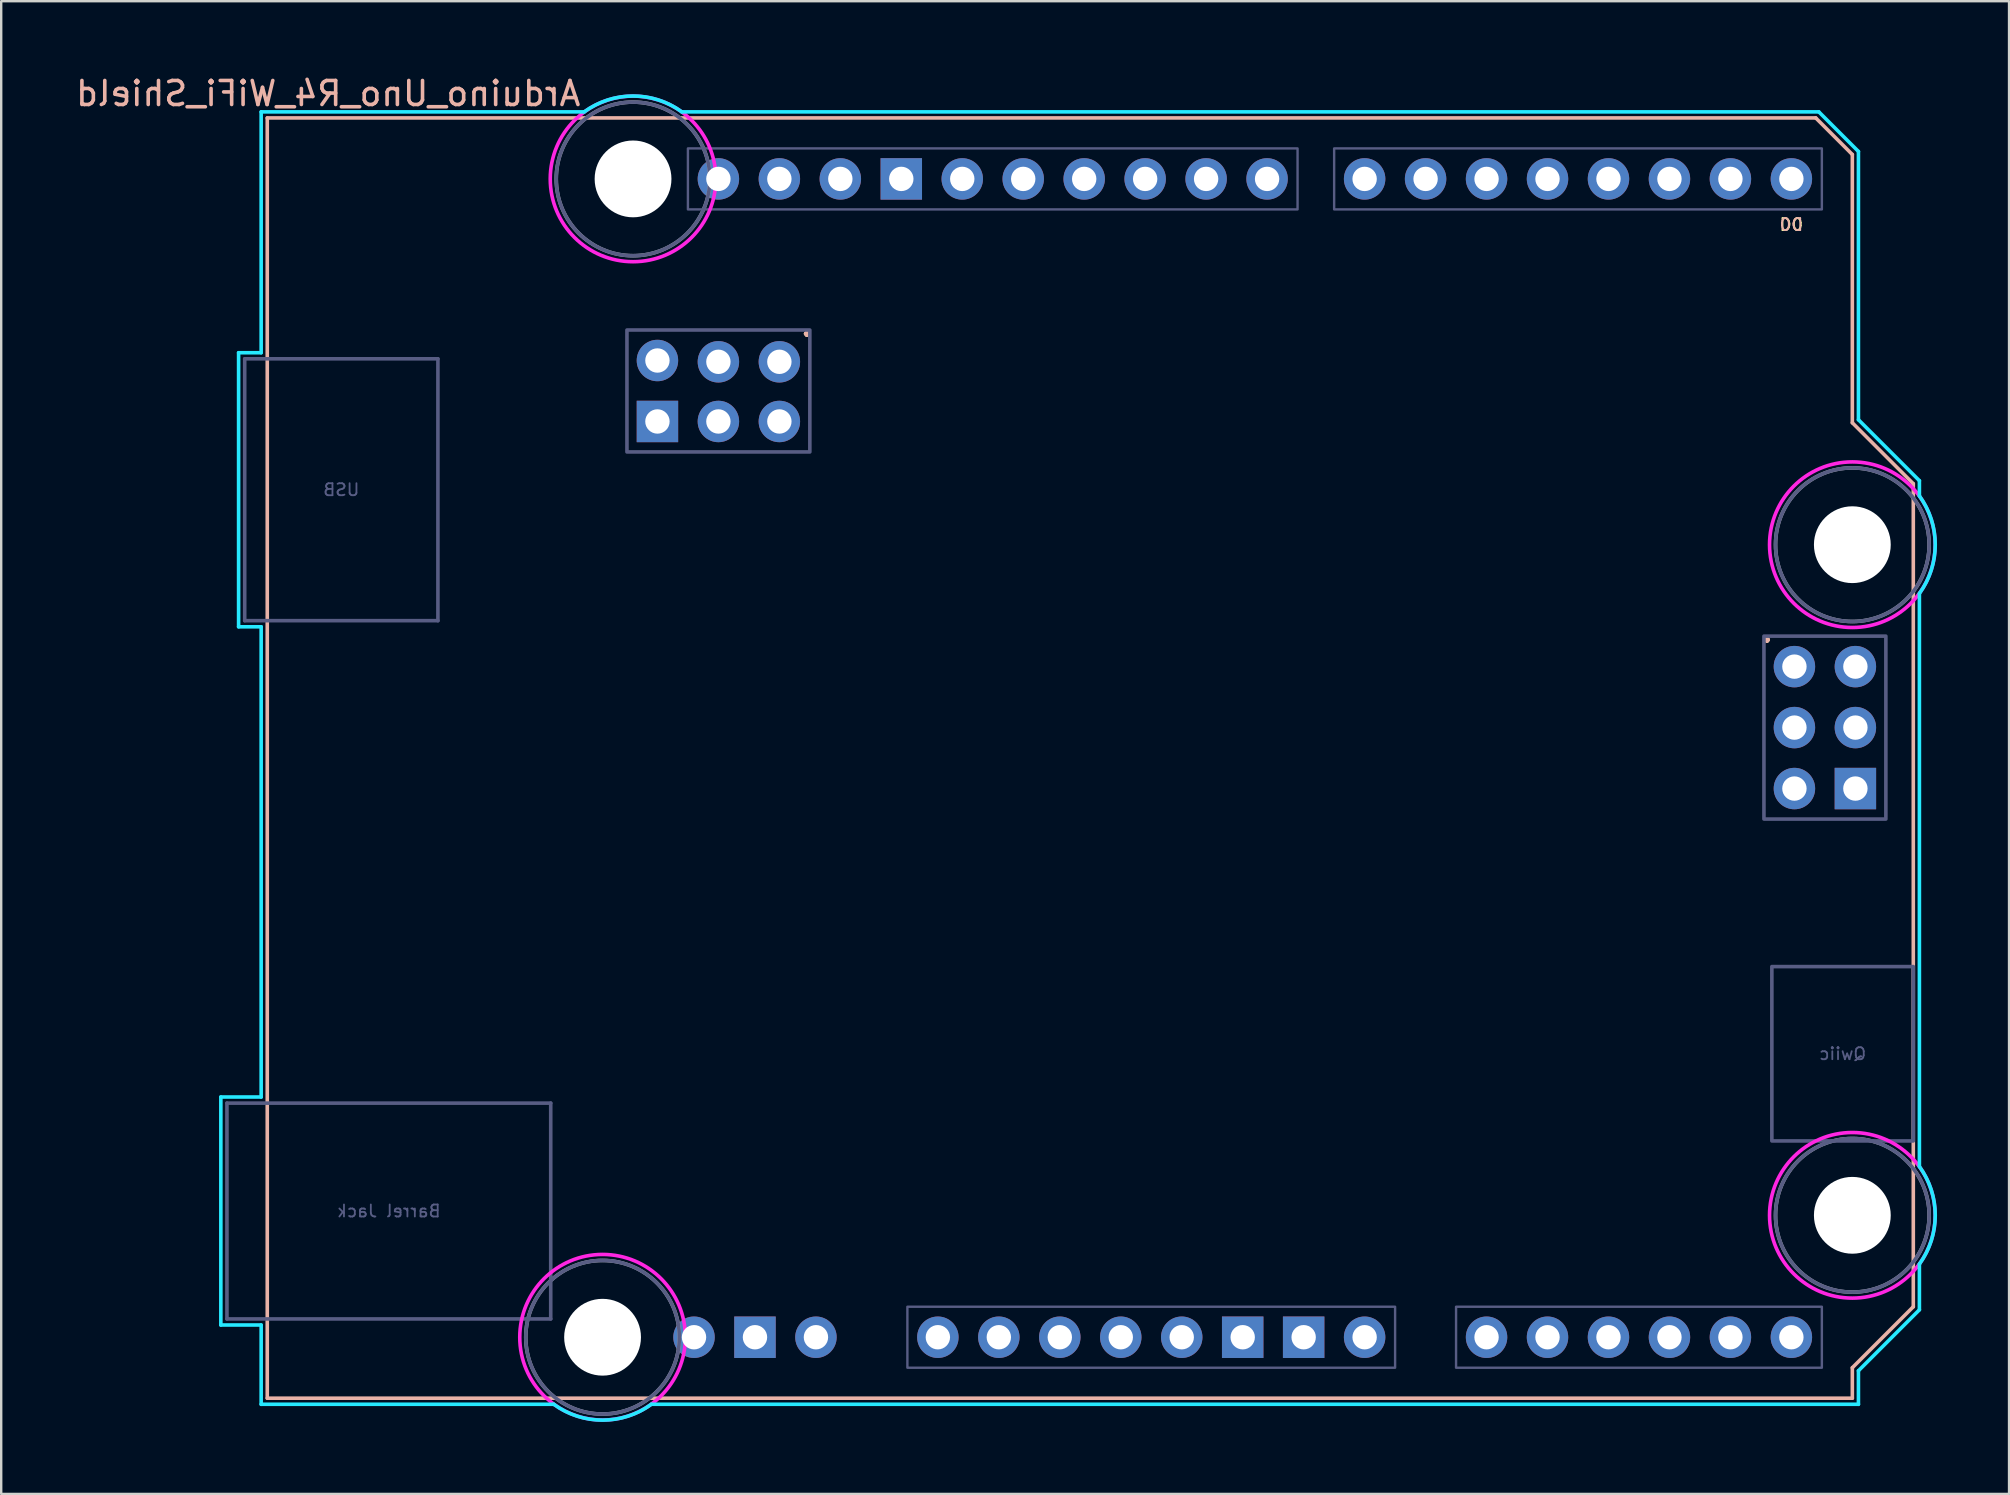
<source format=kicad_pcb>
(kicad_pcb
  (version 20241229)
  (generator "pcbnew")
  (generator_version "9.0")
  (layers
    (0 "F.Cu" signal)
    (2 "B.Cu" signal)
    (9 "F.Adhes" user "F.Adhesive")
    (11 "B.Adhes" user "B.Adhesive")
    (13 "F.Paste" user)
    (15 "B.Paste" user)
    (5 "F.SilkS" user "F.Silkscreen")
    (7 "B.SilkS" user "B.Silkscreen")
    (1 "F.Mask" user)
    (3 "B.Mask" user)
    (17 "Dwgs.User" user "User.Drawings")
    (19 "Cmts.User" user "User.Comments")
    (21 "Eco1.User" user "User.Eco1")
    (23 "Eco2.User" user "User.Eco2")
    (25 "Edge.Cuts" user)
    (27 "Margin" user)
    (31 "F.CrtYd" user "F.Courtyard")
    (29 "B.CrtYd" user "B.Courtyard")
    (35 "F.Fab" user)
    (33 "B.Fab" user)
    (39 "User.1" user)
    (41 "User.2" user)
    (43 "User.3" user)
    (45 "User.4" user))
  (footprint "Arduino_Uno_R4_WiFi_Shield"
    (layer "F.Cu")
    (at 8.085 55.204)
    (property "Reference" "Arduino_Uno_R4_WiFi_Shield" (at 2.54 -54.356 0) (layer "B.SilkS") (effects (font (size 1 1) (thickness 0.15)) (justify mirror)))
    (attr through_hole)
    (fp_line (start 0 -53.34) (end 0 0) (stroke (width 0.15) (type solid)) (layer "B.SilkS"))
    (fp_line (start 0 -53.34) (end 64.516 -53.34) (stroke (width 0.15) (type solid)) (layer "B.SilkS"))
    (fp_line (start 0 0) (end 66.04 0) (stroke (width 0.15) (type solid)) (layer "B.SilkS"))
    (fp_line (start 64.516 -53.34) (end 66.04 -51.816) (stroke (width 0.15) (type solid)) (layer "B.SilkS"))
    (fp_line (start 66.04 -40.64) (end 66.04 -51.816) (stroke (width 0.15) (type solid)) (layer "B.SilkS"))
    (fp_line (start 66.04 -1.27) (end 68.58 -3.81) (stroke (width 0.15) (type solid)) (layer "B.SilkS"))
    (fp_line (start 66.04 0) (end 66.04 -1.27) (stroke (width 0.15) (type solid)) (layer "B.SilkS"))
    (fp_line (start 68.58 -38.1) (end 66.04 -40.64) (stroke (width 0.15) (type solid)) (layer "B.SilkS"))
    (fp_line (start 68.58 -3.81) (end 68.58 -38.1) (stroke (width 0.15) (type solid)) (layer "B.SilkS"))
    (fp_line (start -1.934 -12.548) (end -1.934 -3.049) (stroke (width 0.15) (type solid)) (layer "B.CrtYd"))
    (fp_line (start -1.934 -12.548) (end -0.254 -12.548) (stroke (width 0.15) (type solid)) (layer "B.CrtYd"))
    (fp_line (start -1.934 -3.049) (end -0.254 -3.049) (stroke (width 0.15) (type solid)) (layer "B.CrtYd"))
    (fp_line (start -1.194 -43.558) (end -0.254 -43.558) (stroke (width 0.15) (type solid)) (layer "B.CrtYd"))
    (fp_line (start -1.194 -32.14) (end -1.194 -43.558) (stroke (width 0.15) (type solid)) (layer "B.CrtYd"))
    (fp_line (start -0.254 -53.594) (end -0.254 -43.558) (stroke (width 0.15) (type solid)) (layer "B.CrtYd"))
    (fp_line (start -0.254 -32.14) (end -1.194 -32.14) (stroke (width 0.15) (type solid)) (layer "B.CrtYd"))
    (fp_line (start -0.254 -32.14) (end -0.254 -12.548) (stroke (width 0.15) (type solid)) (layer "B.CrtYd"))
    (fp_line (start -0.254 -3.049) (end -0.254 0.254) (stroke (width 0.15) (type solid)) (layer "B.CrtYd"))
    (fp_line (start 11.938 0.254) (end -0.254 0.254) (stroke (width 0.15) (type solid)) (layer "B.CrtYd"))
    (fp_line (start 13.208 -53.594) (end -0.254 -53.594) (stroke (width 0.15) (type solid)) (layer "B.CrtYd"))
    (fp_line (start 16.002 0.254) (end 66.294 0.254) (stroke (width 0.15) (type solid)) (layer "B.CrtYd"))
    (fp_line (start 17.272 -53.594) (end 64.643 -53.594) (stroke (width 0.15) (type solid)) (layer "B.CrtYd"))
    (fp_line (start 64.643 -53.594) (end 66.294 -51.943) (stroke (width 0.15) (type solid)) (layer "B.CrtYd"))
    (fp_line (start 66.294 -40.767) (end 66.294 -51.943) (stroke (width 0.15) (type solid)) (layer "B.CrtYd"))
    (fp_line (start 66.294 -1.143) (end 68.834 -3.683) (stroke (width 0.15) (type solid)) (layer "B.CrtYd"))
    (fp_line (start 66.294 0.254) (end 66.294 -1.143) (stroke (width 0.15) (type solid)) (layer "B.CrtYd"))
    (fp_line (start 68.834 -38.227) (end 66.294 -40.767) (stroke (width 0.15) (type solid)) (layer "B.CrtYd"))
    (fp_line (start 68.834 -38.227) (end 68.834 -37.592) (stroke (width 0.15) (type solid)) (layer "B.CrtYd"))
    (fp_line (start 68.834 -9.652) (end 68.834 -33.528) (stroke (width 0.15) (type solid)) (layer "B.CrtYd"))
    (fp_line (start 68.834 -5.588) (end 68.834 -3.683) (stroke (width 0.15) (type solid)) (layer "B.CrtYd"))
    (fp_arc (start 13.208 -53.594) (mid 15.24 -54.254237) (end 17.272 -53.594) (stroke (width 0.15) (type solid)) (layer "B.CrtYd"))
    (fp_arc (start 16.002 0.254) (mid 13.97 0.914237) (end 11.938 0.254) (stroke (width 0.15) (type solid)) (layer "B.CrtYd"))
    (fp_arc (start 68.834 -37.592) (mid 69.494238 -35.56) (end 68.834 -33.528) (stroke (width 0.15) (type solid)) (layer "B.CrtYd"))
    (fp_arc (start 68.834 -9.652) (mid 69.494238 -7.62) (end 68.834 -5.588) (stroke (width 0.15) (type solid)) (layer "B.CrtYd"))
    (fp_circle (center 13.97 -2.54) (end 17.42 -2.54) (stroke (width 0.15) (type solid)) (fill no) (layer "F.CrtYd"))
    (fp_circle (center 15.24 -50.8) (end 18.69 -50.8) (stroke (width 0.15) (type solid)) (fill no) (layer "F.CrtYd"))
    (fp_circle (center 66.04 -35.56) (end 69.49 -35.56) (stroke (width 0.15) (type solid)) (fill no) (layer "F.CrtYd"))
    (fp_circle (center 66.04 -7.62) (end 69.49 -7.62) (stroke (width 0.15) (type solid)) (fill no) (layer "F.CrtYd"))
    (fp_line (start -1.68 -12.294) (end -1.68 -3.303) (stroke (width 0.15) (type solid)) (layer "B.Fab"))
    (fp_line (start -1.68 -12.294) (end 11.81 -12.294) (stroke (width 0.15) (type solid)) (layer "B.Fab"))
    (fp_line (start -1.68 -3.303) (end 11.81 -3.303) (stroke (width 0.15) (type solid)) (layer "B.Fab"))
    (fp_line (start -0.94 -43.304) (end 7.11 -43.304) (stroke (width 0.15) (type solid)) (layer "B.Fab"))
    (fp_line (start -0.94 -32.394) (end -0.94 -43.304) (stroke (width 0.15) (type solid)) (layer "B.Fab"))
    (fp_line (start -0.94 -32.394) (end 7.11 -32.394) (stroke (width 0.15) (type solid)) (layer "B.Fab"))
    (fp_line (start 7.11 -32.394) (end 7.11 -43.304) (stroke (width 0.15) (type solid)) (layer "B.Fab"))
    (fp_line (start 11.81 -12.294) (end 11.81 -3.303) (stroke (width 0.15) (type solid)) (layer "B.Fab"))
    (fp_rect (start 14.986 -39.424) (end 22.606 -44.504) (stroke (width 0.15) (type solid)) (fill no) (layer "B.Fab"))
    (fp_rect (start 17.526 -52.07) (end 42.926 -49.53) (stroke (width 0.1) (type solid)) (fill no) (layer "B.Fab"))
    (fp_rect (start 26.67 -3.81) (end 46.99 -1.27) (stroke (width 0.1) (type solid)) (fill no) (layer "B.Fab"))
    (fp_rect (start 44.45 -52.07) (end 64.77 -49.53) (stroke (width 0.1) (type solid)) (fill no) (layer "B.Fab"))
    (fp_rect (start 49.53 -3.81) (end 64.77 -1.27) (stroke (width 0.1) (type solid)) (fill no) (layer "B.Fab"))
    (fp_rect (start 62.357 -31.75) (end 67.437 -24.13) (stroke (width 0.15) (type solid)) (fill no) (layer "B.Fab"))
    (fp_rect (start 68.58 -10.719) (end 62.687 -17.983) (stroke (width 0.15) (type solid)) (fill no) (layer "B.Fab"))
    (fp_circle (center 13.97 -2.54) (end 17.17 -2.54) (stroke (width 0.15) (type solid)) (fill no) (layer "B.Fab"))
    (fp_circle (center 15.24 -50.8) (end 18.44 -50.8) (stroke (width 0.15) (type solid)) (fill no) (layer "B.Fab"))
    (fp_circle (center 66.04 -35.56) (end 69.24 -35.56) (stroke (width 0.15) (type solid)) (fill no) (layer "B.Fab"))
    (fp_circle (center 66.04 -7.62) (end 69.24 -7.62) (stroke (width 0.15) (type solid)) (fill no) (layer "B.Fab"))
    (fp_circle (center 13.97 -2.54) (end 17.17 -2.54) (stroke (width 0.15) (type solid)) (fill no) (layer "F.Fab"))
    (fp_circle (center 15.24 -50.8) (end 18.44 -50.8) (stroke (width 0.15) (type solid)) (fill no) (layer "F.Fab"))
    (fp_circle (center 66.04 -35.56) (end 69.24 -35.56) (stroke (width 0.15) (type solid)) (fill no) (layer "F.Fab"))
    (fp_circle (center 66.04 -7.62) (end 69.24 -7.62) (stroke (width 0.15) (type solid)) (fill no) (layer "F.Fab"))
    (fp_text user "D0" (at 63.5 -48.895 0) (unlocked yes) (layer "F.SilkS") (effects (font (size 0.5 0.5) (thickness 0.075))))
    (fp_text user "." (at 62.484 -32.004 0) (layer "F.SilkS") (effects (font (size 1 1) (thickness 0.15))))
    (fp_text user "." (at 22.479 -44.755 0) (layer "F.SilkS") (effects (font (size 1 1) (thickness 0.15))))
    (fp_text user "." (at 62.484 -32.004 0) (layer "B.SilkS") (effects (font (size 1 1) (thickness 0.15))))
    (fp_text user "D0" (at 63.5 -48.895 0) (unlocked yes) (layer "B.SilkS") (effects (font (size 0.5 0.5) (thickness 0.075)) (justify mirror)))
    (fp_text user "." (at 22.479 -44.755 0) (layer "B.SilkS") (effects (font (size 1 1) (thickness 0.15))))
    (fp_text user "Barrel Jack" (at 5.065 -7.798 0) (layer "B.Fab") (effects (font (size 0.5 0.5) (thickness 0.075)) (justify mirror)))
    (fp_text user "Qwiic" (at 65.634 -14.351 0) (layer "B.Fab") (effects (font (size 0.5 0.5) (thickness 0.075)) (justify mirror)))
    (fp_text user "USB" (at 3.085 -37.849 0) (layer "B.Fab") (effects (font (size 0.5 0.5) (thickness 0.075)) (justify mirror)))
    (pad "" np_thru_hole circle (at 13.97 -2.54) (size 3.2 3.2) (drill 3.2) (layers "*.Cu" "*.Mask"))
    (pad "" np_thru_hole circle (at 15.24 -50.8) (size 3.2 3.2) (drill 3.2) (layers "*.Cu" "*.Mask"))
    (pad "" np_thru_hole circle (at 66.04 -35.56) (size 3.2 3.2) (drill 3.2) (layers "*.Cu" "*.Mask"))
    (pad "" np_thru_hole circle (at 66.04 -7.62) (size 3.2 3.2) (drill 3.2) (layers "*.Cu" "*.Mask"))
    (pad "3V3" thru_hole oval (at 35.56 -2.54) (size 1.727 1.727) (drill 1.016) (layers "*.Cu" "*.Mask"))
    (pad "5V1" thru_hole oval (at 38.1 -2.54) (size 1.727 1.727) (drill 1.016) (layers "*.Cu" "*.Mask"))
    (pad "5V2" thru_hole oval (at 66.167 -30.48) (size 1.727 1.727) (drill 1.016) (layers "*.Cu" "*.Mask"))
    (pad "A0" thru_hole oval (at 50.8 -2.54) (size 1.727 1.727) (drill 1.016) (layers "*.Cu" "*.Mask"))
    (pad "A1" thru_hole oval (at 53.34 -2.54) (size 1.727 1.727) (drill 1.016) (layers "*.Cu" "*.Mask"))
    (pad "A2" thru_hole oval (at 55.88 -2.54) (size 1.727 1.727) (drill 1.016) (layers "*.Cu" "*.Mask"))
    (pad "A3" thru_hole oval (at 58.42 -2.54) (size 1.727 1.727) (drill 1.016) (layers "*.Cu" "*.Mask"))
    (pad "A4" thru_hole oval (at 60.96 -2.54) (size 1.727 1.727) (drill 1.016) (layers "*.Cu" "*.Mask"))
    (pad "A5" thru_hole oval (at 63.5 -2.54) (size 1.727 1.727) (drill 1.016) (layers "*.Cu" "*.Mask"))
    (pad "AREF" thru_hole oval (at 23.876 -50.8) (size 1.727 1.727) (drill 1.016) (layers "*.Cu" "*.Mask"))
    (pad "BOOT" thru_hole oval (at 27.94 -2.54) (size 1.727 1.727) (drill 1.016) (layers "*.Cu" "*.Mask"))
    (pad "D0" thru_hole oval (at 63.5 -50.8) (size 1.727 1.727) (drill 1.016) (layers "*.Cu" "*.Mask"))
    (pad "D1" thru_hole oval (at 60.96 -50.8) (size 1.727 1.727) (drill 1.016) (layers "*.Cu" "*.Mask"))
    (pad "D2" thru_hole oval (at 58.42 -50.8) (size 1.727 1.727) (drill 1.016) (layers "*.Cu" "*.Mask"))
    (pad "D3" thru_hole oval (at 55.88 -50.8) (size 1.727 1.727) (drill 1.016) (layers "*.Cu" "*.Mask"))
    (pad "D4" thru_hole oval (at 53.34 -50.8) (size 1.727 1.727) (drill 1.016) (layers "*.Cu" "*.Mask"))
    (pad "D5" thru_hole oval (at 50.8 -50.8) (size 1.727 1.727) (drill 1.016) (layers "*.Cu" "*.Mask"))
    (pad "D6" thru_hole oval (at 48.26 -50.8) (size 1.727 1.727) (drill 1.016) (layers "*.Cu" "*.Mask"))
    (pad "D7" thru_hole oval (at 45.72 -50.8) (size 1.727 1.727) (drill 1.016) (layers "*.Cu" "*.Mask"))
    (pad "D8" thru_hole oval (at 41.656 -50.8) (size 1.727 1.727) (drill 1.016) (layers "*.Cu" "*.Mask"))
    (pad "D9" thru_hole oval (at 39.116 -50.8) (size 1.727 1.727) (drill 1.016) (layers "*.Cu" "*.Mask"))
    (pad "D10" thru_hole oval (at 36.576 -50.8) (size 1.727 1.727) (drill 1.016) (layers "*.Cu" "*.Mask"))
    (pad "D11" thru_hole oval (at 34.036 -50.8) (size 1.727 1.727) (drill 1.016) (layers "*.Cu" "*.Mask"))
    (pad "D12" thru_hole oval (at 31.496 -50.8) (size 1.727 1.727) (drill 1.016) (layers "*.Cu" "*.Mask"))
    (pad "D13" thru_hole oval (at 28.956 -50.8) (size 1.727 1.727) (drill 1.016) (layers "*.Cu" "*.Mask"))
    (pad "ESP1" thru_hole oval (at 21.336 -43.18) (size 1.727 1.727) (drill 1.016) (layers "*.Cu" "*.Mask"))
    (pad "ESP2" thru_hole oval (at 21.336 -40.694) (size 1.727 1.727) (drill 1.016) (layers "*.Cu" "*.Mask"))
    (pad "ESP3" thru_hole oval (at 18.796 -43.18) (size 1.727 1.727) (drill 1.016) (layers "*.Cu" "*.Mask"))
    (pad "ESP4" thru_hole oval (at 18.796 -40.694) (size 1.727 1.727) (drill 1.016) (layers "*.Cu" "*.Mask"))
    (pad "ESP5" thru_hole oval (at 16.256 -43.234) (size 1.727 1.727) (drill 1.016) (layers "*.Cu" "*.Mask"))
    (pad "GND1" thru_hole rect (at 26.416 -50.8) (size 1.727 1.727) (drill 1.016) (layers "*.Cu" "*.Mask"))
    (pad "GND2" thru_hole rect (at 40.64 -2.54) (size 1.727 1.727) (drill 1.016) (layers "*.Cu" "*.Mask"))
    (pad "GND3" thru_hole rect (at 43.18 -2.54) (size 1.727 1.727) (drill 1.016) (layers "*.Cu" "*.Mask"))
    (pad "GND4" thru_hole rect (at 16.256 -40.694) (size 1.727 1.727) (drill 1.016) (layers "*.Cu" "*.Mask"))
    (pad "GND4" thru_hole rect (at 66.167 -25.4) (size 1.727 1.727) (drill 1.016) (layers "*.Cu" "*.Mask"))
    (pad "GND5" thru_hole rect (at 20.32 -2.54) (size 1.727 1.727) (drill 1.016) (layers "*.Cu" "*.Mask"))
    (pad "IORF" thru_hole oval (at 30.48 -2.54) (size 1.727 1.727) (drill 1.016) (layers "*.Cu" "*.Mask"))
    (pad "MISO" thru_hole oval (at 63.627 -30.48) (size 1.727 1.727) (drill 1.016) (layers "*.Cu" "*.Mask"))
    (pad "MOSI" thru_hole oval (at 66.167 -27.94) (size 1.727 1.727) (drill 1.016) (layers "*.Cu" "*.Mask"))
    (pad "OFF" thru_hole oval (at 17.78 -2.54) (size 1.727 1.727) (drill 1.016) (layers "*.Cu" "*.Mask"))
    (pad "RST1" thru_hole oval (at 33.02 -2.54) (size 1.727 1.727) (drill 1.016) (layers "*.Cu" "*.Mask"))
    (pad "RST2" thru_hole oval (at 63.627 -25.4) (size 1.727 1.727) (drill 1.016) (layers "*.Cu" "*.Mask"))
    (pad "SCK" thru_hole oval (at 63.627 -27.94) (size 1.727 1.727) (drill 1.016) (layers "*.Cu" "*.Mask"))
    (pad "SCL" thru_hole oval (at 18.796 -50.8) (size 1.727 1.727) (drill 1.016) (layers "*.Cu" "*.Mask"))
    (pad "SDA" thru_hole oval (at 21.336 -50.8) (size 1.727 1.727) (drill 1.016) (layers "*.Cu" "*.Mask"))
    (pad "VBAT" thru_hole oval (at 22.86 -2.54) (size 1.727 1.727) (drill 1.016) (layers "*.Cu" "*.Mask"))
    (pad "VIN" thru_hole oval (at 45.72 -2.54) (size 1.727 1.727) (drill 1.016) (layers "*.Cu" "*.Mask")))
  (gr_rect
    (start -3 -3)
    (end 80.654 59.193)
    (stroke (width 0.1) (type default))
    (fill no)
    (layer "Edge.Cuts")))
</source>
